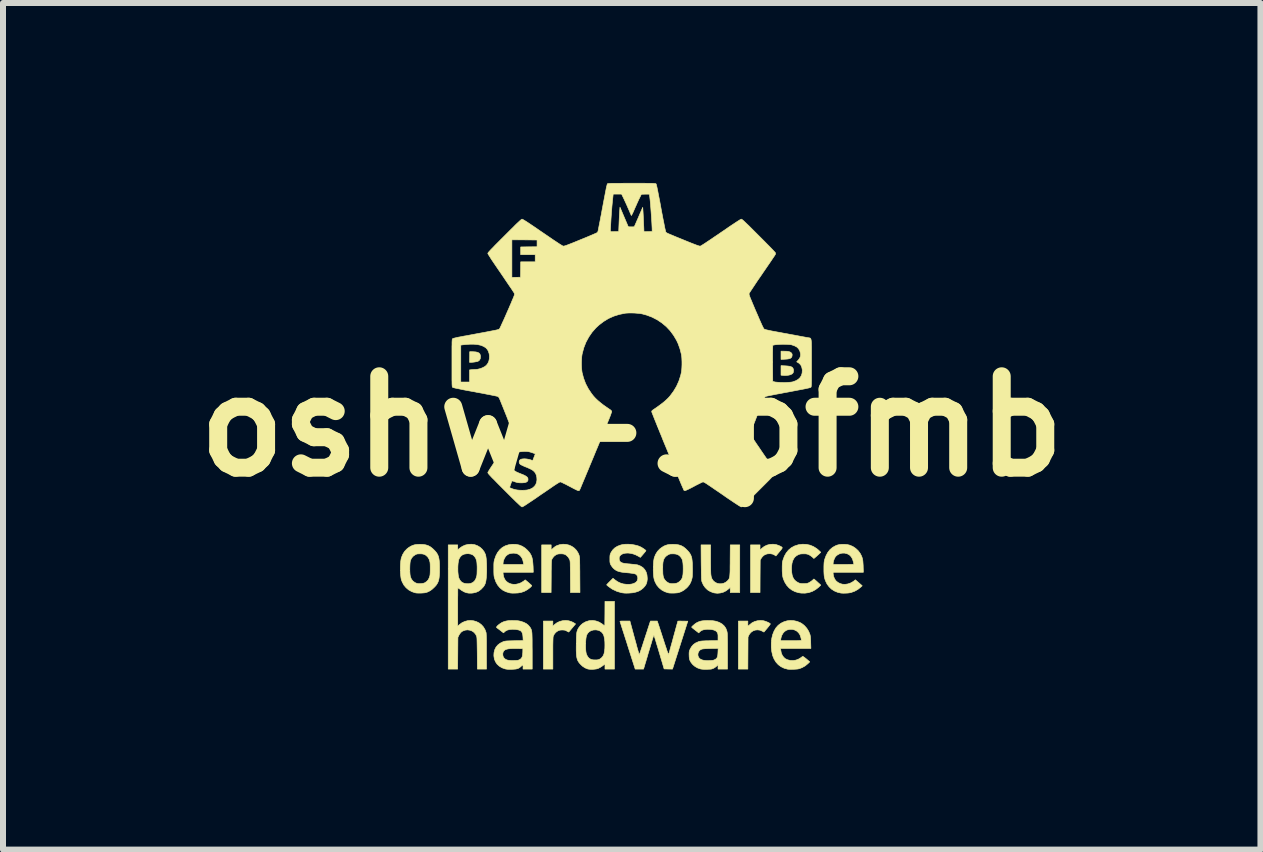
<source format=kicad_pcb>
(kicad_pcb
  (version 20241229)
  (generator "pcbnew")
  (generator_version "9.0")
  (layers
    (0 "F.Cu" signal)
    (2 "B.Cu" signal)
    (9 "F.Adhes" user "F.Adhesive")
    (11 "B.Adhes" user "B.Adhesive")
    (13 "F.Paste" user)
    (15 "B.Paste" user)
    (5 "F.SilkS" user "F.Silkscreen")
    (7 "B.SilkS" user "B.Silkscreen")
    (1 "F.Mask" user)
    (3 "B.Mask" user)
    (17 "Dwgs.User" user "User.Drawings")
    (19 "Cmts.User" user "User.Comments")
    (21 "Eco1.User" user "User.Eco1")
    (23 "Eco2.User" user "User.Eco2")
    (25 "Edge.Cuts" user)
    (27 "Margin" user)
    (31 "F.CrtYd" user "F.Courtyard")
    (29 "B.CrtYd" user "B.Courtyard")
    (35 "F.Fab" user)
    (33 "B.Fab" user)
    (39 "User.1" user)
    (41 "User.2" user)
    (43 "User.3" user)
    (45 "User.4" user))
  (footprint "oshw-spfmb"
    (layer "F.Cu")
    (at 7.482 4.058)
    (property "Reference" "oshw-spfmb" (at 0 0 0) (layer "F.SilkS") (effects (font (size 1.524 1.524) (thickness 0.3))))
    (attr through_hole)
    (fp_poly (pts (xy 2.581 -1.252) (xy 2.613 -1.248) (xy 2.637 -1.241) (xy 2.654 -1.231) (xy 2.662 -1.223) (xy 2.672 -1.209) (xy 2.675 -1.195) (xy 2.674 -1.181) (xy 2.67 -1.161) (xy 2.661 -1.146) (xy 2.646 -1.135) (xy 2.624 -1.127) (xy 2.594 -1.122) (xy 2.553 -1.119) (xy 2.553 -1.119) (xy 2.489 -1.116) (xy 2.489 -1.253) (xy 2.54 -1.253) (xy 2.581 -1.252)) (stroke (width 0.01) (type solid)) (fill yes) (layer "F.SilkS"))
    (fp_poly (pts (xy -2.644 -1.244) (xy -2.601 -1.241) (xy -2.569 -1.234) (xy -2.546 -1.222) (xy -2.53 -1.204) (xy -2.523 -1.18) (xy -2.521 -1.162) (xy -2.525 -1.129) (xy -2.537 -1.105) (xy -2.556 -1.089) (xy -2.559 -1.087) (xy -2.576 -1.081) (xy -2.601 -1.076) (xy -2.63 -1.071) (xy -2.66 -1.068) (xy -2.683 -1.067) (xy -2.704 -1.067) (xy -2.702 -1.156) (xy -2.701 -1.245) (xy -2.644 -1.244)) (stroke (width 0.01) (type solid)) (fill yes) (layer "F.SilkS"))
    (fp_poly (pts (xy 2.556 -1.009) (xy 2.597 -1.006) (xy 2.629 -1.002) (xy 2.653 -0.996) (xy 2.671 -0.987) (xy 2.684 -0.976) (xy 2.684 -0.975) (xy 2.695 -0.955) (xy 2.698 -0.93) (xy 2.695 -0.904) (xy 2.69 -0.892) (xy 2.676 -0.876) (xy 2.652 -0.863) (xy 2.621 -0.854) (xy 2.584 -0.849) (xy 2.543 -0.848) (xy 2.508 -0.851) (xy 2.489 -0.853) (xy 2.489 -1.012) (xy 2.556 -1.009)) (stroke (width 0.01) (type solid)) (fill yes) (layer "F.SilkS"))
    (fp_poly (pts (xy 2.406 1.971) (xy 2.454 1.987) (xy 2.457 1.989) (xy 2.481 2) (xy 2.497 2.009) (xy 2.507 2.017) (xy 2.509 2.025) (xy 2.505 2.037) (xy 2.493 2.053) (xy 2.475 2.075) (xy 2.461 2.092) (xy 2.404 2.161) (xy 2.384 2.147) (xy 2.349 2.13) (xy 2.309 2.123) (xy 2.267 2.125) (xy 2.243 2.131) (xy 2.208 2.147) (xy 2.179 2.172) (xy 2.157 2.203) (xy 2.142 2.232) (xy 2.14 2.502) (xy 2.139 2.771) (xy 1.981 2.771) (xy 1.981 1.976) (xy 2.139 1.976) (xy 2.139 2.062) (xy 2.17 2.033) (xy 2.21 2.002) (xy 2.256 1.98) (xy 2.305 1.968) (xy 2.356 1.965) (xy 2.406 1.971)) (stroke (width 0.01) (type solid)) (fill yes) (layer "F.SilkS"))
    (fp_poly (pts (xy -1.048 3.242) (xy -0.999 3.258) (xy -0.966 3.275) (xy -0.936 3.294) (xy -1.05 3.43) (xy -1.083 3.413) (xy -1.102 3.403) (xy -1.118 3.398) (xy -1.137 3.396) (xy -1.158 3.395) (xy -1.183 3.396) (xy -1.202 3.399) (xy -1.22 3.405) (xy -1.234 3.412) (xy -1.266 3.435) (xy -1.291 3.465) (xy -1.308 3.5) (xy -1.309 3.504) (xy -1.311 3.515) (xy -1.312 3.536) (xy -1.313 3.568) (xy -1.314 3.608) (xy -1.315 3.657) (xy -1.315 3.713) (xy -1.315 3.776) (xy -1.315 3.786) (xy -1.315 4.047) (xy -1.473 4.047) (xy -1.473 3.246) (xy -1.315 3.246) (xy -1.315 3.332) (xy -1.287 3.305) (xy -1.246 3.274) (xy -1.199 3.252) (xy -1.15 3.24) (xy -1.099 3.236) (xy -1.048 3.242)) (stroke (width 0.01) (type solid)) (fill yes) (layer "F.SilkS"))
    (fp_poly (pts (xy 2.188 3.239) (xy 2.209 3.244) (xy 2.232 3.251) (xy 2.257 3.261) (xy 2.279 3.271) (xy 2.297 3.281) (xy 2.309 3.29) (xy 2.311 3.295) (xy 2.308 3.301) (xy 2.298 3.315) (xy 2.284 3.334) (xy 2.266 3.356) (xy 2.258 3.366) (xy 2.204 3.43) (xy 2.175 3.414) (xy 2.137 3.398) (xy 2.098 3.393) (xy 2.059 3.397) (xy 2.023 3.41) (xy 1.991 3.432) (xy 1.965 3.461) (xy 1.952 3.484) (xy 1.939 3.514) (xy 1.936 4.047) (xy 1.778 4.047) (xy 1.778 3.246) (xy 1.936 3.246) (xy 1.936 3.288) (xy 1.936 3.308) (xy 1.938 3.323) (xy 1.939 3.33) (xy 1.939 3.33) (xy 1.945 3.327) (xy 1.956 3.317) (xy 1.969 3.305) (xy 2.005 3.276) (xy 2.049 3.254) (xy 2.096 3.241) (xy 2.146 3.236) (xy 2.188 3.239)) (stroke (width 0.01) (type solid)) (fill yes) (layer "F.SilkS"))
    (fp_poly (pts (xy -1.094 1.968) (xy -1.044 1.98) (xy -0.998 2.001) (xy -0.957 2.03) (xy -0.921 2.067) (xy -0.893 2.112) (xy -0.878 2.147) (xy -0.876 2.155) (xy -0.874 2.163) (xy -0.872 2.173) (xy -0.87 2.185) (xy -0.869 2.2) (xy -0.868 2.219) (xy -0.867 2.244) (xy -0.867 2.275) (xy -0.866 2.313) (xy -0.866 2.36) (xy -0.865 2.416) (xy -0.865 2.477) (xy -0.863 2.771) (xy -1.021 2.771) (xy -1.023 2.508) (xy -1.023 2.446) (xy -1.024 2.395) (xy -1.024 2.353) (xy -1.025 2.319) (xy -1.025 2.292) (xy -1.026 2.271) (xy -1.027 2.256) (xy -1.029 2.244) (xy -1.03 2.234) (xy -1.033 2.227) (xy -1.035 2.221) (xy -1.037 2.215) (xy -1.06 2.179) (xy -1.09 2.15) (xy -1.109 2.137) (xy -1.133 2.129) (xy -1.163 2.125) (xy -1.195 2.125) (xy -1.226 2.128) (xy -1.252 2.135) (xy -1.257 2.138) (xy -1.29 2.161) (xy -1.317 2.192) (xy -1.329 2.213) (xy -1.332 2.219) (xy -1.334 2.226) (xy -1.336 2.234) (xy -1.337 2.244) (xy -1.338 2.259) (xy -1.339 2.277) (xy -1.34 2.302) (xy -1.341 2.333) (xy -1.341 2.372) (xy -1.342 2.419) (xy -1.342 2.477) (xy -1.342 2.505) (xy -1.344 2.771) (xy -1.501 2.771) (xy -1.501 1.976) (xy -1.343 1.976) (xy -1.343 2.062) (xy -1.312 2.033) (xy -1.292 2.016) (xy -1.27 2) (xy -1.251 1.99) (xy -1.199 1.972) (xy -1.146 1.965) (xy -1.094 1.968)) (stroke (width 0.01) (type solid)) (fill yes) (layer "F.SilkS"))
    (fp_poly (pts (xy 1.315 2.217) (xy 1.315 2.282) (xy 1.316 2.336) (xy 1.316 2.381) (xy 1.317 2.418) (xy 1.318 2.449) (xy 1.32 2.473) (xy 1.323 2.493) (xy 1.326 2.509) (xy 1.33 2.523) (xy 1.335 2.535) (xy 1.339 2.544) (xy 1.361 2.576) (xy 1.389 2.599) (xy 1.422 2.616) (xy 1.459 2.624) (xy 1.496 2.624) (xy 1.533 2.616) (xy 1.568 2.599) (xy 1.592 2.58) (xy 1.602 2.569) (xy 1.611 2.56) (xy 1.618 2.55) (xy 1.624 2.539) (xy 1.629 2.525) (xy 1.633 2.508) (xy 1.635 2.487) (xy 1.637 2.461) (xy 1.639 2.428) (xy 1.64 2.387) (xy 1.64 2.338) (xy 1.641 2.279) (xy 1.641 2.237) (xy 1.643 1.976) (xy 1.801 1.976) (xy 1.801 2.771) (xy 1.643 2.771) (xy 1.643 2.729) (xy 1.642 2.709) (xy 1.642 2.694) (xy 1.641 2.687) (xy 1.641 2.687) (xy 1.636 2.69) (xy 1.626 2.7) (xy 1.612 2.712) (xy 1.573 2.742) (xy 1.527 2.765) (xy 1.478 2.778) (xy 1.427 2.783) (xy 1.376 2.777) (xy 1.362 2.774) (xy 1.31 2.754) (xy 1.264 2.726) (xy 1.225 2.688) (xy 1.194 2.644) (xy 1.171 2.592) (xy 1.171 2.591) (xy 1.168 2.583) (xy 1.167 2.574) (xy 1.165 2.562) (xy 1.164 2.547) (xy 1.162 2.527) (xy 1.162 2.503) (xy 1.161 2.472) (xy 1.16 2.433) (xy 1.16 2.386) (xy 1.159 2.33) (xy 1.158 2.268) (xy 1.156 1.976) (xy 1.315 1.976) (xy 1.315 2.217)) (stroke (width 0.01) (type solid)) (fill yes) (layer "F.SilkS"))
    (fp_poly (pts (xy 2.913 1.968) (xy 2.974 1.981) (xy 3.031 2.005) (xy 3.084 2.038) (xy 3.115 2.064) (xy 3.152 2.1) (xy 3.113 2.137) (xy 3.093 2.155) (xy 3.074 2.172) (xy 3.059 2.185) (xy 3.055 2.188) (xy 3.037 2.203) (xy 3.011 2.179) (xy 2.99 2.163) (xy 2.966 2.147) (xy 2.953 2.14) (xy 2.936 2.133) (xy 2.921 2.129) (xy 2.904 2.126) (xy 2.881 2.125) (xy 2.865 2.125) (xy 2.835 2.126) (xy 2.814 2.128) (xy 2.797 2.132) (xy 2.781 2.138) (xy 2.748 2.156) (xy 2.722 2.178) (xy 2.701 2.205) (xy 2.7 2.208) (xy 2.683 2.243) (xy 2.672 2.283) (xy 2.666 2.33) (xy 2.664 2.373) (xy 2.667 2.432) (xy 2.675 2.482) (xy 2.69 2.523) (xy 2.71 2.556) (xy 2.738 2.583) (xy 2.77 2.603) (xy 2.789 2.612) (xy 2.804 2.617) (xy 2.819 2.62) (xy 2.839 2.622) (xy 2.864 2.622) (xy 2.892 2.621) (xy 2.912 2.62) (xy 2.928 2.617) (xy 2.944 2.611) (xy 2.953 2.607) (xy 2.976 2.594) (xy 3 2.577) (xy 3.011 2.568) (xy 3.037 2.544) (xy 3.061 2.564) (xy 3.077 2.578) (xy 3.097 2.596) (xy 3.117 2.615) (xy 3.119 2.616) (xy 3.152 2.647) (xy 3.115 2.683) (xy 3.065 2.722) (xy 3.01 2.752) (xy 2.951 2.772) (xy 2.889 2.781) (xy 2.825 2.78) (xy 2.78 2.773) (xy 2.723 2.756) (xy 2.67 2.729) (xy 2.623 2.693) (xy 2.584 2.65) (xy 2.553 2.6) (xy 2.551 2.596) (xy 2.537 2.564) (xy 2.526 2.537) (xy 2.519 2.51) (xy 2.514 2.482) (xy 2.511 2.45) (xy 2.509 2.412) (xy 2.509 2.373) (xy 2.509 2.335) (xy 2.51 2.306) (xy 2.511 2.283) (xy 2.513 2.264) (xy 2.517 2.247) (xy 2.521 2.23) (xy 2.522 2.228) (xy 2.545 2.165) (xy 2.576 2.11) (xy 2.614 2.063) (xy 2.659 2.025) (xy 2.711 1.996) (xy 2.769 1.977) (xy 2.784 1.973) (xy 2.849 1.965) (xy 2.913 1.968)) (stroke (width 0.01) (type solid)) (fill yes) (layer "F.SilkS"))
    (fp_poly (pts (xy 2.699 3.239) (xy 2.755 3.251) (xy 2.806 3.271) (xy 2.835 3.287) (xy 2.88 3.323) (xy 2.919 3.367) (xy 2.95 3.417) (xy 2.972 3.471) (xy 2.976 3.489) (xy 2.98 3.514) (xy 2.982 3.546) (xy 2.984 3.587) (xy 2.984 3.603) (xy 2.987 3.703) (xy 2.482 3.703) (xy 2.486 3.737) (xy 2.494 3.78) (xy 2.511 3.819) (xy 2.535 3.851) (xy 2.562 3.875) (xy 2.602 3.893) (xy 2.646 3.903) (xy 2.692 3.904) (xy 2.738 3.897) (xy 2.782 3.88) (xy 2.817 3.859) (xy 2.832 3.848) (xy 2.844 3.839) (xy 2.848 3.836) (xy 2.855 3.836) (xy 2.868 3.844) (xy 2.888 3.859) (xy 2.912 3.878) (xy 2.968 3.926) (xy 2.936 3.957) (xy 2.891 3.994) (xy 2.841 4.022) (xy 2.805 4.036) (xy 2.786 4.042) (xy 2.765 4.046) (xy 2.741 4.048) (xy 2.709 4.05) (xy 2.692 4.05) (xy 2.663 4.051) (xy 2.637 4.051) (xy 2.616 4.05) (xy 2.603 4.049) (xy 2.602 4.049) (xy 2.542 4.033) (xy 2.489 4.007) (xy 2.443 3.973) (xy 2.405 3.931) (xy 2.374 3.881) (xy 2.35 3.823) (xy 2.335 3.756) (xy 2.327 3.685) (xy 2.327 3.606) (xy 2.331 3.573) (xy 2.482 3.573) (xy 2.655 3.573) (xy 2.704 3.573) (xy 2.744 3.573) (xy 2.774 3.572) (xy 2.796 3.571) (xy 2.812 3.57) (xy 2.821 3.569) (xy 2.826 3.567) (xy 2.828 3.565) (xy 2.828 3.565) (xy 2.826 3.547) (xy 2.821 3.524) (xy 2.814 3.5) (xy 2.806 3.479) (xy 2.804 3.474) (xy 2.781 3.44) (xy 2.751 3.413) (xy 2.716 3.395) (xy 2.677 3.385) (xy 2.636 3.385) (xy 2.594 3.394) (xy 2.577 3.401) (xy 2.546 3.422) (xy 2.521 3.451) (xy 2.501 3.487) (xy 2.488 3.529) (xy 2.486 3.544) (xy 2.482 3.573) (xy 2.331 3.573) (xy 2.335 3.534) (xy 2.351 3.469) (xy 2.374 3.411) (xy 2.404 3.36) (xy 2.442 3.317) (xy 2.487 3.283) (xy 2.538 3.258) (xy 2.591 3.242) (xy 2.644 3.236) (xy 2.699 3.239)) (stroke (width 0.01) (type solid)) (fill yes) (layer "F.SilkS"))
    (fp_poly (pts (xy -1.933 1.967) (xy -1.877 1.978) (xy -1.825 1.999) (xy -1.777 2.03) (xy -1.744 2.06) (xy -1.715 2.091) (xy -1.693 2.121) (xy -1.675 2.154) (xy -1.662 2.19) (xy -1.653 2.232) (xy -1.648 2.282) (xy -1.644 2.338) (xy -1.641 2.433) (xy -2.146 2.433) (xy -2.143 2.468) (xy -2.134 2.513) (xy -2.116 2.552) (xy -2.09 2.585) (xy -2.055 2.61) (xy -2.014 2.627) (xy -1.974 2.634) (xy -1.931 2.633) (xy -1.886 2.623) (xy -1.842 2.606) (xy -1.803 2.581) (xy -1.795 2.575) (xy -1.776 2.559) (xy -1.723 2.603) (xy -1.703 2.621) (xy -1.685 2.637) (xy -1.673 2.648) (xy -1.667 2.654) (xy -1.667 2.654) (xy -1.669 2.662) (xy -1.679 2.673) (xy -1.695 2.689) (xy -1.716 2.705) (xy -1.74 2.723) (xy -1.747 2.727) (xy -1.791 2.751) (xy -1.841 2.768) (xy -1.896 2.778) (xy -1.939 2.78) (xy -1.987 2.781) (xy -2.025 2.778) (xy -2.043 2.774) (xy -2.101 2.756) (xy -2.153 2.729) (xy -2.197 2.692) (xy -2.234 2.648) (xy -2.264 2.595) (xy -2.286 2.533) (xy -2.287 2.531) (xy -2.292 2.513) (xy -2.295 2.496) (xy -2.297 2.478) (xy -2.298 2.455) (xy -2.299 2.426) (xy -2.299 2.389) (xy -2.299 2.376) (xy -2.299 2.336) (xy -2.299 2.306) (xy -2.298 2.284) (xy -2.145 2.284) (xy -2.145 2.303) (xy -1.801 2.303) (xy -1.804 2.285) (xy -1.813 2.242) (xy -1.824 2.207) (xy -1.84 2.18) (xy -1.859 2.157) (xy -1.865 2.151) (xy -1.89 2.133) (xy -1.915 2.122) (xy -1.945 2.116) (xy -1.973 2.114) (xy -2.016 2.118) (xy -2.052 2.129) (xy -2.082 2.149) (xy -2.1 2.166) (xy -2.117 2.192) (xy -2.132 2.223) (xy -2.142 2.256) (xy -2.145 2.284) (xy -2.298 2.284) (xy -2.298 2.281) (xy -2.296 2.262) (xy -2.293 2.245) (xy -2.289 2.228) (xy -2.287 2.221) (xy -2.265 2.158) (xy -2.236 2.103) (xy -2.2 2.057) (xy -2.158 2.02) (xy -2.11 1.993) (xy -2.055 1.975) (xy -1.995 1.966) (xy -1.995 1.966) (xy -1.933 1.967)) (stroke (width 0.01) (type solid)) (fill yes) (layer "F.SilkS"))
    (fp_poly (pts (xy -0.288 4.047) (xy -0.446 4.047) (xy -0.446 3.961) (xy -0.464 3.976) (xy -0.493 3.998) (xy -0.524 4.018) (xy -0.553 4.033) (xy -0.564 4.038) (xy -0.586 4.044) (xy -0.615 4.048) (xy -0.648 4.051) (xy -0.681 4.051) (xy -0.711 4.049) (xy -0.734 4.045) (xy -0.78 4.026) (xy -0.823 3.997) (xy -0.855 3.966) (xy -0.873 3.946) (xy -0.887 3.927) (xy -0.899 3.906) (xy -0.908 3.882) (xy -0.915 3.856) (xy -0.92 3.824) (xy -0.923 3.786) (xy -0.925 3.741) (xy -0.925 3.687) (xy -0.925 3.669) (xy -0.769 3.669) (xy -0.768 3.711) (xy -0.765 3.748) (xy -0.76 3.779) (xy -0.757 3.792) (xy -0.745 3.82) (xy -0.729 3.846) (xy -0.711 3.866) (xy -0.703 3.872) (xy -0.684 3.882) (xy -0.666 3.889) (xy -0.644 3.893) (xy -0.616 3.894) (xy -0.606 3.894) (xy -0.581 3.894) (xy -0.562 3.891) (xy -0.545 3.886) (xy -0.532 3.88) (xy -0.504 3.86) (xy -0.48 3.832) (xy -0.464 3.798) (xy -0.462 3.791) (xy -0.453 3.748) (xy -0.448 3.699) (xy -0.447 3.646) (xy -0.448 3.594) (xy -0.453 3.544) (xy -0.462 3.501) (xy -0.466 3.486) (xy -0.482 3.454) (xy -0.506 3.427) (xy -0.536 3.408) (xy -0.553 3.401) (xy -0.596 3.393) (xy -0.637 3.395) (xy -0.675 3.405) (xy -0.707 3.423) (xy -0.733 3.449) (xy -0.752 3.482) (xy -0.753 3.486) (xy -0.759 3.511) (xy -0.764 3.544) (xy -0.767 3.583) (xy -0.769 3.625) (xy -0.769 3.669) (xy -0.925 3.669) (xy -0.924 3.623) (xy -0.924 3.614) (xy -0.923 3.561) (xy -0.922 3.518) (xy -0.92 3.483) (xy -0.918 3.455) (xy -0.915 3.432) (xy -0.91 3.413) (xy -0.904 3.397) (xy -0.897 3.381) (xy -0.888 3.364) (xy -0.885 3.36) (xy -0.854 3.319) (xy -0.815 3.285) (xy -0.769 3.259) (xy -0.717 3.242) (xy -0.701 3.239) (xy -0.65 3.236) (xy -0.598 3.244) (xy -0.547 3.262) (xy -0.498 3.291) (xy -0.479 3.305) (xy -0.449 3.33) (xy -0.447 3.124) (xy -0.446 2.918) (xy -0.288 2.918) (xy -0.288 4.047)) (stroke (width 0.01) (type solid)) (fill yes) (layer "F.SilkS"))
    (fp_poly (pts (xy 3.594 1.971) (xy 3.632 1.98) (xy 3.632 1.98) (xy 3.685 2.002) (xy 3.733 2.034) (xy 3.775 2.073) (xy 3.81 2.12) (xy 3.814 2.128) (xy 3.828 2.155) (xy 3.839 2.181) (xy 3.847 2.209) (xy 3.853 2.241) (xy 3.856 2.279) (xy 3.859 2.326) (xy 3.859 2.335) (xy 3.862 2.433) (xy 3.358 2.433) (xy 3.358 2.454) (xy 3.36 2.471) (xy 3.364 2.493) (xy 3.367 2.506) (xy 3.384 2.546) (xy 3.408 2.578) (xy 3.439 2.603) (xy 3.475 2.621) (xy 3.514 2.632) (xy 3.557 2.634) (xy 3.6 2.628) (xy 3.644 2.614) (xy 3.686 2.591) (xy 3.706 2.577) (xy 3.728 2.558) (xy 3.786 2.608) (xy 3.843 2.658) (xy 3.82 2.679) (xy 3.77 2.719) (xy 3.718 2.748) (xy 3.661 2.769) (xy 3.639 2.774) (xy 3.606 2.779) (xy 3.568 2.781) (xy 3.528 2.782) (xy 3.493 2.78) (xy 3.485 2.779) (xy 3.43 2.766) (xy 3.378 2.744) (xy 3.33 2.713) (xy 3.29 2.674) (xy 3.257 2.63) (xy 3.249 2.614) (xy 3.234 2.583) (xy 3.223 2.555) (xy 3.215 2.526) (xy 3.209 2.496) (xy 3.206 2.461) (xy 3.204 2.418) (xy 3.204 2.376) (xy 3.204 2.336) (xy 3.205 2.305) (xy 3.206 2.284) (xy 3.358 2.284) (xy 3.358 2.303) (xy 3.531 2.303) (xy 3.573 2.303) (xy 3.612 2.302) (xy 3.646 2.302) (xy 3.673 2.301) (xy 3.692 2.3) (xy 3.702 2.299) (xy 3.703 2.299) (xy 3.702 2.291) (xy 3.699 2.276) (xy 3.695 2.257) (xy 3.694 2.256) (xy 3.68 2.21) (xy 3.658 2.173) (xy 3.63 2.144) (xy 3.594 2.125) (xy 3.551 2.114) (xy 3.545 2.113) (xy 3.505 2.114) (xy 3.467 2.124) (xy 3.432 2.142) (xy 3.403 2.166) (xy 3.39 2.184) (xy 3.378 2.208) (xy 3.367 2.237) (xy 3.36 2.265) (xy 3.358 2.284) (xy 3.206 2.284) (xy 3.206 2.281) (xy 3.208 2.262) (xy 3.211 2.245) (xy 3.215 2.228) (xy 3.216 2.221) (xy 3.239 2.158) (xy 3.268 2.103) (xy 3.304 2.057) (xy 3.348 2.019) (xy 3.398 1.991) (xy 3.425 1.98) (xy 3.462 1.971) (xy 3.504 1.967) (xy 3.55 1.967) (xy 3.594 1.971)) (stroke (width 0.01) (type solid)) (fill yes) (layer "F.SilkS"))
    (fp_poly (pts (xy -3.479 1.969) (xy -3.433 1.976) (xy -3.393 1.989) (xy -3.356 2.009) (xy -3.32 2.037) (xy -3.296 2.06) (xy -3.271 2.086) (xy -3.251 2.112) (xy -3.235 2.139) (xy -3.223 2.168) (xy -3.215 2.201) (xy -3.209 2.239) (xy -3.205 2.284) (xy -3.204 2.339) (xy -3.204 2.373) (xy -3.204 2.433) (xy -3.207 2.484) (xy -3.211 2.526) (xy -3.218 2.562) (xy -3.228 2.593) (xy -3.242 2.621) (xy -3.259 2.647) (xy -3.281 2.672) (xy -3.296 2.687) (xy -3.333 2.721) (xy -3.371 2.746) (xy -3.411 2.765) (xy -3.426 2.769) (xy -3.449 2.775) (xy -3.481 2.778) (xy -3.516 2.78) (xy -3.551 2.78) (xy -3.584 2.779) (xy -3.609 2.775) (xy -3.61 2.775) (xy -3.666 2.756) (xy -3.717 2.728) (xy -3.761 2.691) (xy -3.798 2.647) (xy -3.826 2.595) (xy -3.841 2.557) (xy -3.847 2.526) (xy -3.852 2.486) (xy -3.856 2.44) (xy -3.857 2.391) (xy -3.857 2.367) (xy -3.7 2.367) (xy -3.7 2.407) (xy -3.698 2.444) (xy -3.695 2.477) (xy -3.691 2.501) (xy -3.69 2.507) (xy -3.673 2.547) (xy -3.648 2.579) (xy -3.615 2.604) (xy -3.585 2.617) (xy -3.562 2.622) (xy -3.533 2.623) (xy -3.502 2.621) (xy -3.473 2.616) (xy -3.454 2.61) (xy -3.42 2.588) (xy -3.393 2.559) (xy -3.374 2.521) (xy -3.365 2.49) (xy -3.362 2.471) (xy -3.36 2.442) (xy -3.359 2.408) (xy -3.359 2.372) (xy -3.359 2.336) (xy -3.36 2.302) (xy -3.362 2.274) (xy -3.365 2.257) (xy -3.379 2.213) (xy -3.401 2.178) (xy -3.431 2.15) (xy -3.454 2.137) (xy -3.471 2.131) (xy -3.491 2.127) (xy -3.516 2.125) (xy -3.531 2.125) (xy -3.556 2.126) (xy -3.574 2.127) (xy -3.588 2.131) (xy -3.603 2.137) (xy -3.612 2.143) (xy -3.647 2.168) (xy -3.673 2.201) (xy -3.69 2.24) (xy -3.694 2.262) (xy -3.697 2.292) (xy -3.699 2.328) (xy -3.7 2.367) (xy -3.857 2.367) (xy -3.857 2.341) (xy -3.855 2.293) (xy -3.851 2.248) (xy -3.845 2.211) (xy -3.84 2.19) (xy -3.818 2.135) (xy -3.787 2.085) (xy -3.747 2.043) (xy -3.716 2.019) (xy -3.682 1.998) (xy -3.65 1.984) (xy -3.617 1.974) (xy -3.579 1.969) (xy -3.534 1.967) (xy -3.533 1.967) (xy -3.479 1.969)) (stroke (width 0.01) (type solid)) (fill yes) (layer "F.SilkS"))
    (fp_poly (pts (xy 0.737 1.969) (xy 0.783 1.976) (xy 0.824 1.989) (xy 0.861 2.009) (xy 0.897 2.037) (xy 0.92 2.06) (xy 0.945 2.086) (xy 0.965 2.112) (xy 0.981 2.138) (xy 0.993 2.167) (xy 1.002 2.199) (xy 1.007 2.237) (xy 1.011 2.282) (xy 1.012 2.335) (xy 1.013 2.376) (xy 1.013 2.42) (xy 1.012 2.454) (xy 1.011 2.48) (xy 1.01 2.501) (xy 1.008 2.519) (xy 1.005 2.534) (xy 1.001 2.549) (xy 1 2.554) (xy 0.984 2.599) (xy 0.963 2.638) (xy 0.934 2.675) (xy 0.913 2.696) (xy 0.871 2.73) (xy 0.828 2.755) (xy 0.791 2.769) (xy 0.767 2.775) (xy 0.736 2.778) (xy 0.701 2.78) (xy 0.665 2.78) (xy 0.633 2.779) (xy 0.607 2.775) (xy 0.607 2.775) (xy 0.55 2.756) (xy 0.499 2.728) (xy 0.455 2.691) (xy 0.418 2.647) (xy 0.39 2.595) (xy 0.376 2.557) (xy 0.369 2.526) (xy 0.364 2.487) (xy 0.361 2.442) (xy 0.359 2.393) (xy 0.36 2.373) (xy 0.517 2.373) (xy 0.518 2.421) (xy 0.519 2.458) (xy 0.523 2.489) (xy 0.528 2.513) (xy 0.536 2.534) (xy 0.547 2.552) (xy 0.555 2.563) (xy 0.578 2.588) (xy 0.607 2.607) (xy 0.631 2.617) (xy 0.654 2.622) (xy 0.683 2.623) (xy 0.714 2.621) (xy 0.743 2.616) (xy 0.762 2.61) (xy 0.794 2.59) (xy 0.821 2.563) (xy 0.835 2.541) (xy 0.844 2.52) (xy 0.85 2.495) (xy 0.855 2.465) (xy 0.857 2.427) (xy 0.858 2.38) (xy 0.858 2.373) (xy 0.857 2.322) (xy 0.854 2.281) (xy 0.849 2.247) (xy 0.841 2.219) (xy 0.829 2.196) (xy 0.814 2.176) (xy 0.806 2.167) (xy 0.782 2.147) (xy 0.755 2.134) (xy 0.723 2.127) (xy 0.686 2.125) (xy 0.66 2.126) (xy 0.642 2.127) (xy 0.628 2.131) (xy 0.614 2.137) (xy 0.604 2.143) (xy 0.583 2.157) (xy 0.564 2.173) (xy 0.555 2.184) (xy 0.542 2.202) (xy 0.533 2.221) (xy 0.526 2.243) (xy 0.521 2.27) (xy 0.518 2.303) (xy 0.517 2.344) (xy 0.517 2.373) (xy 0.36 2.373) (xy 0.36 2.343) (xy 0.362 2.295) (xy 0.365 2.251) (xy 0.371 2.213) (xy 0.376 2.19) (xy 0.398 2.135) (xy 0.429 2.085) (xy 0.469 2.043) (xy 0.501 2.019) (xy 0.534 1.998) (xy 0.566 1.984) (xy 0.599 1.974) (xy 0.637 1.969) (xy 0.683 1.967) (xy 0.683 1.967) (xy 0.737 1.969)) (stroke (width 0.01) (type solid)) (fill yes) (layer "F.SilkS"))
    (fp_poly (pts (xy 0.045 3.524) (xy 0.06 3.578) (xy 0.074 3.628) (xy 0.086 3.675) (xy 0.098 3.716) (xy 0.108 3.751) (xy 0.116 3.778) (xy 0.121 3.796) (xy 0.124 3.806) (xy 0.124 3.806) (xy 0.127 3.802) (xy 0.133 3.789) (xy 0.141 3.767) (xy 0.151 3.739) (xy 0.162 3.705) (xy 0.175 3.667) (xy 0.177 3.662) (xy 0.192 3.613) (xy 0.21 3.559) (xy 0.228 3.503) (xy 0.246 3.449) (xy 0.262 3.4) (xy 0.268 3.38) (xy 0.312 3.246) (xy 0.426 3.246) (xy 0.453 3.326) (xy 0.461 3.35) (xy 0.472 3.384) (xy 0.485 3.424) (xy 0.5 3.47) (xy 0.515 3.518) (xy 0.532 3.568) (xy 0.545 3.61) (xy 0.563 3.664) (xy 0.578 3.708) (xy 0.589 3.743) (xy 0.599 3.769) (xy 0.606 3.787) (xy 0.611 3.798) (xy 0.614 3.802) (xy 0.616 3.802) (xy 0.618 3.794) (xy 0.623 3.777) (xy 0.631 3.751) (xy 0.64 3.717) (xy 0.651 3.677) (xy 0.664 3.631) (xy 0.678 3.581) (xy 0.692 3.528) (xy 0.694 3.52) (xy 0.709 3.466) (xy 0.723 3.416) (xy 0.735 3.371) (xy 0.746 3.331) (xy 0.755 3.298) (xy 0.763 3.272) (xy 0.767 3.255) (xy 0.77 3.247) (xy 0.77 3.247) (xy 0.776 3.247) (xy 0.791 3.246) (xy 0.814 3.246) (xy 0.841 3.247) (xy 0.853 3.247) (xy 0.935 3.248) (xy 0.68 4.047) (xy 0.61 4.046) (xy 0.54 4.044) (xy 0.469 3.804) (xy 0.449 3.737) (xy 0.432 3.68) (xy 0.417 3.632) (xy 0.405 3.592) (xy 0.396 3.56) (xy 0.388 3.535) (xy 0.382 3.516) (xy 0.377 3.503) (xy 0.374 3.493) (xy 0.372 3.488) (xy 0.37 3.485) (xy 0.369 3.485) (xy 0.368 3.485) (xy 0.367 3.486) (xy 0.365 3.492) (xy 0.359 3.508) (xy 0.351 3.533) (xy 0.341 3.565) (xy 0.33 3.604) (xy 0.316 3.648) (xy 0.302 3.696) (xy 0.288 3.742) (xy 0.272 3.794) (xy 0.258 3.844) (xy 0.244 3.89) (xy 0.232 3.931) (xy 0.221 3.966) (xy 0.213 3.993) (xy 0.208 4.012) (xy 0.205 4.02) (xy 0.197 4.047) (xy 0.058 4.047) (xy -0.067 3.656) (xy -0.087 3.591) (xy -0.107 3.53) (xy -0.125 3.473) (xy -0.142 3.421) (xy -0.157 3.374) (xy -0.17 3.334) (xy -0.18 3.301) (xy -0.188 3.276) (xy -0.193 3.26) (xy -0.195 3.255) (xy -0.196 3.251) (xy -0.193 3.249) (xy -0.184 3.247) (xy -0.17 3.246) (xy -0.147 3.246) (xy -0.115 3.246) (xy -0.03 3.246) (xy 0.045 3.524)) (stroke (width 0.01) (type solid)) (fill yes) (layer "F.SilkS"))
    (fp_poly (pts (xy -1.939 3.239) (xy -1.909 3.24) (xy -1.883 3.243) (xy -1.861 3.248) (xy -1.851 3.25) (xy -1.8 3.267) (xy -1.758 3.288) (xy -1.725 3.314) (xy -1.698 3.346) (xy -1.694 3.352) (xy -1.687 3.363) (xy -1.681 3.374) (xy -1.676 3.386) (xy -1.671 3.399) (xy -1.668 3.414) (xy -1.665 3.433) (xy -1.663 3.456) (xy -1.662 3.485) (xy -1.661 3.519) (xy -1.66 3.562) (xy -1.66 3.612) (xy -1.66 3.672) (xy -1.659 3.742) (xy -1.659 4.047) (xy -1.812 4.047) (xy -1.812 4.014) (xy -1.812 3.996) (xy -1.814 3.983) (xy -1.815 3.978) (xy -1.82 3.98) (xy -1.831 3.989) (xy -1.845 4.002) (xy -1.845 4.002) (xy -1.864 4.018) (xy -1.883 4.031) (xy -1.905 4.04) (xy -1.931 4.046) (xy -1.965 4.049) (xy -2.004 4.051) (xy -2.042 4.051) (xy -2.072 4.05) (xy -2.095 4.047) (xy -2.111 4.044) (xy -2.164 4.025) (xy -2.208 3.998) (xy -2.245 3.964) (xy -2.272 3.924) (xy -2.29 3.879) (xy -2.298 3.829) (xy -2.298 3.811) (xy -2.15 3.811) (xy -2.144 3.836) (xy -2.138 3.85) (xy -2.122 3.87) (xy -2.103 3.884) (xy -2.079 3.895) (xy -2.05 3.901) (xy -2.013 3.904) (xy -1.967 3.904) (xy -1.935 3.903) (xy -1.913 3.902) (xy -1.897 3.9) (xy -1.884 3.896) (xy -1.873 3.891) (xy -1.868 3.889) (xy -1.848 3.875) (xy -1.834 3.858) (xy -1.824 3.835) (xy -1.819 3.804) (xy -1.816 3.765) (xy -1.815 3.706) (xy -1.924 3.704) (xy -1.979 3.704) (xy -2.024 3.706) (xy -2.061 3.71) (xy -2.089 3.717) (xy -2.111 3.726) (xy -2.128 3.739) (xy -2.14 3.755) (xy -2.142 3.759) (xy -2.149 3.783) (xy -2.15 3.811) (xy -2.298 3.811) (xy -2.296 3.775) (xy -2.296 3.774) (xy -2.284 3.725) (xy -2.263 3.682) (xy -2.232 3.645) (xy -2.193 3.615) (xy -2.145 3.591) (xy -2.138 3.589) (xy -2.126 3.585) (xy -2.114 3.582) (xy -2.1 3.58) (xy -2.083 3.578) (xy -2.06 3.577) (xy -2.031 3.576) (xy -1.993 3.575) (xy -1.956 3.574) (xy -1.81 3.572) (xy -1.813 3.513) (xy -1.817 3.473) (xy -1.826 3.443) (xy -1.839 3.42) (xy -1.86 3.404) (xy -1.889 3.394) (xy -1.927 3.387) (xy -1.931 3.386) (xy -1.986 3.383) (xy -2.034 3.387) (xy -2.074 3.397) (xy -2.106 3.414) (xy -2.117 3.423) (xy -2.137 3.443) (xy -2.193 3.4) (xy -2.215 3.383) (xy -2.234 3.369) (xy -2.248 3.358) (xy -2.255 3.352) (xy -2.255 3.352) (xy -2.254 3.346) (xy -2.246 3.334) (xy -2.233 3.32) (xy -2.215 3.305) (xy -2.195 3.29) (xy -2.175 3.277) (xy -2.161 3.269) (xy -2.133 3.257) (xy -2.107 3.249) (xy -2.08 3.243) (xy -2.05 3.239) (xy -2.013 3.238) (xy -1.978 3.238) (xy -1.939 3.239)) (stroke (width 0.01) (type solid)) (fill yes) (layer "F.SilkS"))
    (fp_poly (pts (xy -0.001 1.969) (xy 0.054 1.979) (xy 0.105 1.992) (xy 0.148 2.01) (xy 0.149 2.01) (xy 0.168 2.021) (xy 0.189 2.034) (xy 0.208 2.047) (xy 0.224 2.059) (xy 0.235 2.068) (xy 0.237 2.072) (xy 0.234 2.078) (xy 0.225 2.09) (xy 0.212 2.106) (xy 0.196 2.125) (xy 0.18 2.144) (xy 0.165 2.161) (xy 0.153 2.175) (xy 0.146 2.183) (xy 0.144 2.184) (xy 0.139 2.182) (xy 0.127 2.175) (xy 0.11 2.165) (xy 0.11 2.165) (xy 0.067 2.143) (xy 0.024 2.127) (xy -0.02 2.117) (xy -0.062 2.112) (xy -0.101 2.114) (xy -0.136 2.12) (xy -0.166 2.133) (xy -0.189 2.15) (xy -0.204 2.173) (xy -0.209 2.188) (xy -0.209 2.218) (xy -0.201 2.243) (xy -0.194 2.254) (xy -0.183 2.264) (xy -0.168 2.272) (xy -0.15 2.279) (xy -0.125 2.284) (xy -0.092 2.289) (xy -0.05 2.293) (xy -0.033 2.294) (xy 0.002 2.298) (xy 0.036 2.301) (xy 0.065 2.305) (xy 0.087 2.308) (xy 0.099 2.31) (xy 0.146 2.329) (xy 0.186 2.354) (xy 0.217 2.388) (xy 0.24 2.428) (xy 0.254 2.475) (xy 0.259 2.529) (xy 0.259 2.552) (xy 0.253 2.595) (xy 0.241 2.631) (xy 0.22 2.664) (xy 0.192 2.695) (xy 0.155 2.725) (xy 0.114 2.748) (xy 0.067 2.764) (xy 0.013 2.775) (xy -0.049 2.78) (xy -0.054 2.78) (xy -0.091 2.781) (xy -0.12 2.78) (xy -0.146 2.777) (xy -0.172 2.773) (xy -0.175 2.772) (xy -0.247 2.751) (xy -0.315 2.719) (xy -0.322 2.715) (xy -0.34 2.704) (xy -0.359 2.69) (xy -0.379 2.676) (xy -0.397 2.662) (xy -0.41 2.651) (xy -0.417 2.643) (xy -0.418 2.642) (xy -0.414 2.637) (xy -0.404 2.626) (xy -0.388 2.609) (xy -0.369 2.59) (xy -0.365 2.586) (xy -0.312 2.533) (xy -0.28 2.559) (xy -0.236 2.59) (xy -0.19 2.612) (xy -0.141 2.627) (xy -0.084 2.634) (xy -0.082 2.634) (xy -0.035 2.634) (xy 0.006 2.628) (xy 0.042 2.616) (xy 0.07 2.6) (xy 0.089 2.578) (xy 0.092 2.572) (xy 0.101 2.543) (xy 0.1 2.515) (xy 0.091 2.489) (xy 0.074 2.469) (xy 0.074 2.468) (xy 0.063 2.463) (xy 0.048 2.458) (xy 0.026 2.453) (xy -0.003 2.449) (xy -0.042 2.444) (xy -0.076 2.441) (xy -0.129 2.436) (xy -0.172 2.43) (xy -0.207 2.422) (xy -0.236 2.413) (xy -0.261 2.401) (xy -0.283 2.386) (xy -0.305 2.367) (xy -0.322 2.348) (xy -0.339 2.324) (xy -0.348 2.31) (xy -0.355 2.295) (xy -0.359 2.283) (xy -0.362 2.269) (xy -0.364 2.251) (xy -0.364 2.227) (xy -0.364 2.21) (xy -0.364 2.18) (xy -0.363 2.16) (xy -0.361 2.144) (xy -0.357 2.131) (xy -0.351 2.116) (xy -0.346 2.105) (xy -0.319 2.063) (xy -0.284 2.028) (xy -0.24 2) (xy -0.188 1.98) (xy -0.158 1.972) (xy -0.11 1.966) (xy -0.057 1.965) (xy -0.001 1.969)) (stroke (width 0.01) (type solid)) (fill yes) (layer "F.SilkS"))
    (fp_poly (pts (xy 1.314 3.239) (xy 1.345 3.24) (xy 1.369 3.243) (xy 1.391 3.247) (xy 1.407 3.25) (xy 1.461 3.269) (xy 1.506 3.295) (xy 1.541 3.327) (xy 1.568 3.365) (xy 1.586 3.411) (xy 1.591 3.434) (xy 1.593 3.449) (xy 1.594 3.474) (xy 1.595 3.51) (xy 1.596 3.556) (xy 1.597 3.612) (xy 1.597 3.676) (xy 1.597 3.749) (xy 1.597 3.757) (xy 1.597 4.047) (xy 1.439 4.047) (xy 1.439 3.972) (xy 1.418 3.995) (xy 1.4 4.011) (xy 1.378 4.026) (xy 1.363 4.034) (xy 1.348 4.04) (xy 1.335 4.045) (xy 1.32 4.048) (xy 1.3 4.049) (xy 1.274 4.05) (xy 1.253 4.051) (xy 1.209 4.051) (xy 1.175 4.049) (xy 1.148 4.045) (xy 1.144 4.044) (xy 1.098 4.028) (xy 1.056 4.004) (xy 1.019 3.973) (xy 0.99 3.938) (xy 0.97 3.902) (xy 0.964 3.883) (xy 0.96 3.864) (xy 0.958 3.841) (xy 0.957 3.811) (xy 0.957 3.81) (xy 0.957 3.796) (xy 1.103 3.796) (xy 1.105 3.825) (xy 1.115 3.85) (xy 1.131 3.871) (xy 1.138 3.876) (xy 1.16 3.888) (xy 1.184 3.897) (xy 1.212 3.902) (xy 1.246 3.905) (xy 1.284 3.905) (xy 1.316 3.904) (xy 1.339 3.902) (xy 1.356 3.9) (xy 1.37 3.896) (xy 1.383 3.89) (xy 1.384 3.89) (xy 1.404 3.878) (xy 1.418 3.864) (xy 1.428 3.845) (xy 1.434 3.82) (xy 1.437 3.787) (xy 1.438 3.766) (xy 1.441 3.702) (xy 1.314 3.704) (xy 1.267 3.705) (xy 1.23 3.707) (xy 1.201 3.709) (xy 1.178 3.712) (xy 1.161 3.717) (xy 1.147 3.724) (xy 1.135 3.733) (xy 1.124 3.745) (xy 1.124 3.745) (xy 1.11 3.769) (xy 1.103 3.796) (xy 0.957 3.796) (xy 0.957 3.782) (xy 0.958 3.763) (xy 0.961 3.747) (xy 0.966 3.732) (xy 0.974 3.715) (xy 0.974 3.713) (xy 0.999 3.671) (xy 1.028 3.638) (xy 1.064 3.612) (xy 1.109 3.592) (xy 1.119 3.588) (xy 1.132 3.585) (xy 1.145 3.582) (xy 1.161 3.58) (xy 1.181 3.578) (xy 1.207 3.577) (xy 1.24 3.575) (xy 1.282 3.575) (xy 1.297 3.574) (xy 1.439 3.572) (xy 1.439 3.519) (xy 1.439 3.486) (xy 1.436 3.462) (xy 1.43 3.444) (xy 1.42 3.428) (xy 1.412 3.419) (xy 1.394 3.406) (xy 1.366 3.395) (xy 1.333 3.388) (xy 1.296 3.384) (xy 1.257 3.383) (xy 1.222 3.387) (xy 1.188 3.394) (xy 1.162 3.405) (xy 1.141 3.42) (xy 1.133 3.427) (xy 1.118 3.444) (xy 1.059 3.398) (xy 1.037 3.381) (xy 1.018 3.366) (xy 1.005 3.354) (xy 0.999 3.348) (xy 0.999 3.348) (xy 1.003 3.34) (xy 1.015 3.328) (xy 1.031 3.314) (xy 1.049 3.298) (xy 1.067 3.285) (xy 1.084 3.274) (xy 1.089 3.271) (xy 1.116 3.259) (xy 1.144 3.249) (xy 1.173 3.243) (xy 1.206 3.24) (xy 1.247 3.238) (xy 1.276 3.238) (xy 1.314 3.239)) (stroke (width 0.01) (type solid)) (fill yes) (layer "F.SilkS"))
    (fp_poly (pts (xy -2.621 1.972) (xy -2.617 1.973) (xy -2.57 1.991) (xy -2.527 2.017) (xy -2.49 2.051) (xy -2.46 2.091) (xy -2.439 2.135) (xy -2.436 2.145) (xy -2.431 2.169) (xy -2.426 2.203) (xy -2.423 2.243) (xy -2.42 2.289) (xy -2.419 2.338) (xy -2.418 2.388) (xy -2.419 2.437) (xy -2.421 2.472) (xy -2.424 2.522) (xy -2.429 2.563) (xy -2.435 2.596) (xy -2.443 2.623) (xy -2.454 2.647) (xy -2.467 2.668) (xy -2.474 2.677) (xy -2.512 2.717) (xy -2.551 2.747) (xy -2.595 2.767) (xy -2.643 2.778) (xy -2.67 2.781) (xy -2.715 2.781) (xy -2.756 2.774) (xy -2.795 2.759) (xy -2.835 2.736) (xy -2.86 2.718) (xy -2.877 2.706) (xy -2.89 2.697) (xy -2.897 2.693) (xy -2.898 2.692) (xy -2.898 2.698) (xy -2.899 2.714) (xy -2.9 2.739) (xy -2.9 2.772) (xy -2.9 2.813) (xy -2.901 2.859) (xy -2.901 2.912) (xy -2.901 2.968) (xy -2.901 3.012) (xy -2.901 3.331) (xy -2.872 3.305) (xy -2.828 3.273) (xy -2.781 3.252) (xy -2.732 3.239) (xy -2.683 3.236) (xy -2.635 3.242) (xy -2.588 3.256) (xy -2.544 3.278) (xy -2.505 3.308) (xy -2.472 3.345) (xy -2.446 3.389) (xy -2.429 3.435) (xy -2.427 3.444) (xy -2.426 3.458) (xy -2.425 3.477) (xy -2.424 3.503) (xy -2.423 3.535) (xy -2.422 3.576) (xy -2.422 3.625) (xy -2.422 3.684) (xy -2.422 3.753) (xy -2.422 3.755) (xy -2.421 4.047) (xy -2.573 4.047) (xy -2.575 3.786) (xy -2.576 3.716) (xy -2.577 3.657) (xy -2.578 3.608) (xy -2.579 3.569) (xy -2.58 3.54) (xy -2.582 3.519) (xy -2.584 3.507) (xy -2.584 3.504) (xy -2.602 3.467) (xy -2.628 3.436) (xy -2.66 3.413) (xy -2.697 3.399) (xy -2.737 3.393) (xy -2.778 3.398) (xy -2.783 3.4) (xy -2.82 3.414) (xy -2.848 3.435) (xy -2.87 3.464) (xy -2.88 3.481) (xy -2.898 3.519) (xy -2.9 3.783) (xy -2.902 4.047) (xy -3.059 4.047) (xy -3.059 2.377) (xy -2.899 2.377) (xy -2.898 2.423) (xy -2.894 2.466) (xy -2.889 2.503) (xy -2.882 2.528) (xy -2.868 2.557) (xy -2.85 2.582) (xy -2.83 2.6) (xy -2.83 2.6) (xy -2.798 2.615) (xy -2.76 2.623) (xy -2.72 2.624) (xy -2.68 2.617) (xy -2.678 2.616) (xy -2.646 2.601) (xy -2.619 2.576) (xy -2.599 2.542) (xy -2.585 2.5) (xy -2.581 2.48) (xy -2.579 2.451) (xy -2.578 2.416) (xy -2.577 2.379) (xy -2.577 2.34) (xy -2.579 2.305) (xy -2.581 2.274) (xy -2.584 2.251) (xy -2.585 2.246) (xy -2.599 2.203) (xy -2.62 2.17) (xy -2.647 2.145) (xy -2.681 2.13) (xy -2.722 2.123) (xy -2.754 2.124) (xy -2.795 2.131) (xy -2.83 2.148) (xy -2.857 2.173) (xy -2.877 2.207) (xy -2.882 2.218) (xy -2.889 2.248) (xy -2.895 2.287) (xy -2.898 2.331) (xy -2.899 2.377) (xy -3.059 2.377) (xy -3.059 1.976) (xy -2.901 1.976) (xy -2.901 2.015) (xy -2.901 2.035) (xy -2.9 2.049) (xy -2.898 2.055) (xy -2.898 2.055) (xy -2.892 2.051) (xy -2.881 2.042) (xy -2.869 2.032) (xy -2.826 2.002) (xy -2.778 1.98) (xy -2.726 1.968) (xy -2.673 1.965) (xy -2.621 1.972)) (stroke (width 0.01) (type solid)) (fill yes) (layer "F.SilkS"))
    (fp_poly (pts (xy 0.078 -4.053) (xy 0.143 -4.053) (xy 0.2 -4.053) (xy 0.247 -4.052) (xy 0.286 -4.052) (xy 0.318 -4.052) (xy 0.344 -4.051) (xy 0.363 -4.05) (xy 0.378 -4.049) (xy 0.389 -4.048) (xy 0.396 -4.047) (xy 0.401 -4.046) (xy 0.404 -4.044) (xy 0.405 -4.043) (xy 0.408 -4.038) (xy 0.411 -4.028) (xy 0.415 -4.011) (xy 0.421 -3.987) (xy 0.427 -3.957) (xy 0.435 -3.918) (xy 0.444 -3.87) (xy 0.455 -3.814) (xy 0.468 -3.748) (xy 0.482 -3.671) (xy 0.487 -3.643) (xy 0.499 -3.578) (xy 0.511 -3.516) (xy 0.522 -3.458) (xy 0.533 -3.405) (xy 0.542 -3.358) (xy 0.55 -3.317) (xy 0.557 -3.285) (xy 0.563 -3.26) (xy 0.566 -3.246) (xy 0.568 -3.241) (xy 0.57 -3.238) (xy 0.573 -3.234) (xy 0.577 -3.231) (xy 0.582 -3.227) (xy 0.591 -3.222) (xy 0.603 -3.216) (xy 0.62 -3.209) (xy 0.642 -3.199) (xy 0.67 -3.188) (xy 0.705 -3.173) (xy 0.748 -3.155) (xy 0.8 -3.134) (xy 0.861 -3.109) (xy 0.866 -3.107) (xy 0.927 -3.082) (xy 0.979 -3.061) (xy 1.022 -3.044) (xy 1.057 -3.031) (xy 1.085 -3.02) (xy 1.106 -3.013) (xy 1.122 -3.008) (xy 1.134 -3.005) (xy 1.141 -3.004) (xy 1.143 -3.005) (xy 1.151 -3.008) (xy 1.169 -3.019) (xy 1.195 -3.035) (xy 1.229 -3.057) (xy 1.272 -3.086) (xy 1.322 -3.119) (xy 1.38 -3.159) (xy 1.446 -3.203) (xy 1.486 -3.231) (xy 1.556 -3.278) (xy 1.616 -3.32) (xy 1.668 -3.355) (xy 1.712 -3.384) (xy 1.748 -3.408) (xy 1.778 -3.427) (xy 1.8 -3.441) (xy 1.815 -3.449) (xy 1.825 -3.454) (xy 1.827 -3.454) (xy 1.831 -3.453) (xy 1.838 -3.45) (xy 1.846 -3.443) (xy 1.859 -3.433) (xy 1.874 -3.419) (xy 1.894 -3.4) (xy 1.919 -3.376) (xy 1.95 -3.347) (xy 1.986 -3.311) (xy 2.028 -3.269) (xy 2.078 -3.219) (xy 2.118 -3.179) (xy 2.164 -3.133) (xy 2.208 -3.089) (xy 2.249 -3.047) (xy 2.287 -3.009) (xy 2.32 -2.975) (xy 2.348 -2.946) (xy 2.37 -2.922) (xy 2.386 -2.905) (xy 2.395 -2.894) (xy 2.397 -2.891) (xy 2.397 -2.875) (xy 2.395 -2.866) (xy 2.39 -2.859) (xy 2.381 -2.844) (xy 2.365 -2.821) (xy 2.345 -2.791) (xy 2.321 -2.755) (xy 2.293 -2.714) (xy 2.262 -2.669) (xy 2.228 -2.619) (xy 2.192 -2.567) (xy 2.176 -2.543) (xy 2.139 -2.489) (xy 2.104 -2.439) (xy 2.072 -2.391) (xy 2.043 -2.347) (xy 2.017 -2.308) (xy 1.995 -2.275) (xy 1.977 -2.248) (xy 1.965 -2.228) (xy 1.958 -2.217) (xy 1.957 -2.215) (xy 1.956 -2.21) (xy 1.956 -2.204) (xy 1.958 -2.196) (xy 1.961 -2.185) (xy 1.966 -2.17) (xy 1.973 -2.15) (xy 1.983 -2.125) (xy 1.997 -2.093) (xy 2.013 -2.053) (xy 2.033 -2.006) (xy 2.057 -1.949) (xy 2.071 -1.917) (xy 2.1 -1.851) (xy 2.124 -1.794) (xy 2.145 -1.747) (xy 2.162 -1.709) (xy 2.176 -1.678) (xy 2.188 -1.655) (xy 2.196 -1.638) (xy 2.203 -1.628) (xy 2.206 -1.624) (xy 2.212 -1.62) (xy 2.221 -1.617) (xy 2.233 -1.613) (xy 2.251 -1.608) (xy 2.275 -1.603) (xy 2.306 -1.596) (xy 2.345 -1.588) (xy 2.394 -1.579) (xy 2.427 -1.573) (xy 2.482 -1.563) (xy 2.539 -1.552) (xy 2.597 -1.542) (xy 2.653 -1.531) (xy 2.705 -1.522) (xy 2.749 -1.513) (xy 2.769 -1.51) (xy 2.809 -1.502) (xy 2.847 -1.495) (xy 2.882 -1.489) (xy 2.911 -1.483) (xy 2.932 -1.48) (xy 2.94 -1.478) (xy 2.951 -1.477) (xy 2.96 -1.475) (xy 2.968 -1.474) (xy 2.975 -1.471) (xy 2.981 -1.467) (xy 2.985 -1.46) (xy 2.989 -1.449) (xy 2.992 -1.435) (xy 2.994 -1.415) (xy 2.996 -1.39) (xy 2.996 -1.358) (xy 2.997 -1.319) (xy 2.997 -1.272) (xy 2.997 -1.216) (xy 2.997 -1.15) (xy 2.997 -1.074) (xy 2.997 -1.056) (xy 2.997 -0.979) (xy 2.997 -0.914) (xy 2.997 -0.857) (xy 2.997 -0.81) (xy 2.997 -0.771) (xy 2.996 -0.739) (xy 2.996 -0.714) (xy 2.995 -0.694) (xy 2.994 -0.679) (xy 2.993 -0.668) (xy 2.992 -0.661) (xy 2.99 -0.656) (xy 2.988 -0.653) (xy 2.986 -0.651) (xy 2.986 -0.651) (xy 2.981 -0.648) (xy 2.97 -0.645) (xy 2.953 -0.64) (xy 2.929 -0.635) (xy 2.898 -0.628) (xy 2.858 -0.62) (xy 2.81 -0.611) (xy 2.752 -0.6) (xy 2.685 -0.587) (xy 2.612 -0.573) (xy 2.55 -0.562) (xy 2.49 -0.55) (xy 2.434 -0.54) (xy 2.383 -0.53) (xy 2.338 -0.521) (xy 2.299 -0.513) (xy 2.269 -0.507) (xy 2.247 -0.502) (xy 2.236 -0.499) (xy 2.234 -0.499) (xy 2.22 -0.488) (xy 2.21 -0.475) (xy 2.205 -0.463) (xy 2.196 -0.442) (xy 2.184 -0.414) (xy 2.17 -0.379) (xy 2.153 -0.339) (xy 2.136 -0.294) (xy 2.117 -0.248) (xy 2.098 -0.199) (xy 2.079 -0.15) (xy 2.06 -0.101) (xy 2.042 -0.055) (xy 2.025 -0.011) (xy 2.01 0.029) (xy 1.997 0.063) (xy 1.987 0.091) (xy 1.979 0.111) (xy 1.976 0.122) (xy 1.976 0.123) (xy 1.977 0.129) (xy 1.983 0.141) (xy 1.993 0.158) (xy 2.007 0.181) (xy 2.026 0.21) (xy 2.051 0.247) (xy 2.08 0.291) (xy 2.116 0.343) (xy 2.157 0.404) (xy 2.187 0.448) (xy 2.233 0.515) (xy 2.273 0.574) (xy 2.307 0.624) (xy 2.335 0.666) (xy 2.358 0.701) (xy 2.376 0.728) (xy 2.388 0.749) (xy 2.396 0.763) (xy 2.399 0.771) (xy 2.399 0.772) (xy 2.398 0.776) (xy 2.394 0.782) (xy 2.388 0.791) (xy 2.378 0.803) (xy 2.363 0.819) (xy 2.345 0.839) (xy 2.321 0.863) (xy 2.292 0.894) (xy 2.256 0.93) (xy 2.214 0.972) (xy 2.165 1.021) (xy 2.121 1.065) (xy 2.065 1.121) (xy 2.017 1.169) (xy 1.975 1.21) (xy 1.94 1.245) (xy 1.911 1.273) (xy 1.887 1.296) (xy 1.868 1.314) (xy 1.853 1.327) (xy 1.842 1.336) (xy 1.834 1.341) (xy 1.829 1.343) (xy 1.828 1.343) (xy 1.82 1.341) (xy 1.805 1.332) (xy 1.781 1.318) (xy 1.749 1.297) (xy 1.709 1.271) (xy 1.66 1.238) (xy 1.602 1.199) (xy 1.557 1.168) (xy 1.491 1.122) (xy 1.434 1.083) (xy 1.385 1.05) (xy 1.343 1.021) (xy 1.308 0.997) (xy 1.279 0.978) (xy 1.256 0.962) (xy 1.237 0.95) (xy 1.222 0.941) (xy 1.211 0.935) (xy 1.203 0.931) (xy 1.196 0.928) (xy 1.192 0.927) (xy 1.188 0.927) (xy 1.184 0.928) (xy 1.183 0.928) (xy 1.174 0.932) (xy 1.156 0.94) (xy 1.132 0.952) (xy 1.102 0.967) (xy 1.068 0.984) (xy 1.035 1.002) (xy 0.999 1.021) (xy 0.966 1.038) (xy 0.937 1.052) (xy 0.913 1.063) (xy 0.897 1.07) (xy 0.89 1.072) (xy 0.877 1.07) (xy 0.87 1.065) (xy 0.867 1.059) (xy 0.86 1.042) (xy 0.849 1.017) (xy 0.834 0.983) (xy 0.817 0.943) (xy 0.797 0.895) (xy 0.775 0.842) (xy 0.751 0.784) (xy 0.725 0.722) (xy 0.698 0.656) (xy 0.67 0.587) (xy 0.641 0.517) (xy 0.611 0.445) (xy 0.582 0.374) (xy 0.552 0.302) (xy 0.523 0.232) (xy 0.496 0.163) (xy 0.469 0.098) (xy 0.444 0.035) (xy 0.42 -0.023) (xy 0.399 -0.075) (xy 0.38 -0.122) (xy 0.364 -0.163) (xy 0.351 -0.196) (xy 0.341 -0.221) (xy 0.335 -0.237) (xy 0.333 -0.243) (xy 0.335 -0.256) (xy 0.344 -0.266) (xy 0.356 -0.275) (xy 0.416 -0.316) (xy 0.467 -0.353) (xy 0.511 -0.386) (xy 0.548 -0.416) (xy 0.58 -0.445) (xy 0.609 -0.473) (xy 0.634 -0.501) (xy 0.636 -0.503) (xy 0.696 -0.583) (xy 0.746 -0.666) (xy 0.786 -0.755) (xy 0.816 -0.848) (xy 0.828 -0.9) (xy 0.833 -0.936) (xy 0.836 -0.979) (xy 0.838 -1.028) (xy 0.838 -1.077) (xy 0.836 -1.125) (xy 0.836 -1.128) (xy 2.349 -1.128) (xy 2.349 -1.072) (xy 2.349 -1.047) (xy 2.351 -0.749) (xy 2.37 -0.744) (xy 2.398 -0.738) (xy 2.434 -0.735) (xy 2.476 -0.732) (xy 2.521 -0.731) (xy 2.566 -0.731) (xy 2.609 -0.733) (xy 2.646 -0.736) (xy 2.676 -0.74) (xy 2.684 -0.742) (xy 2.734 -0.76) (xy 2.775 -0.783) (xy 2.807 -0.813) (xy 2.829 -0.848) (xy 2.841 -0.889) (xy 2.844 -0.936) (xy 2.844 -0.94) (xy 2.836 -0.982) (xy 2.821 -1.018) (xy 2.797 -1.046) (xy 2.779 -1.059) (xy 2.75 -1.076) (xy 2.777 -1.105) (xy 2.8 -1.136) (xy 2.813 -1.17) (xy 2.815 -1.206) (xy 2.806 -1.245) (xy 2.798 -1.266) (xy 2.779 -1.297) (xy 2.751 -1.323) (xy 2.713 -1.343) (xy 2.666 -1.359) (xy 2.643 -1.363) (xy 2.614 -1.365) (xy 2.579 -1.367) (xy 2.541 -1.368) (xy 2.503 -1.368) (xy 2.465 -1.366) (xy 2.429 -1.364) (xy 2.398 -1.361) (xy 2.374 -1.357) (xy 2.357 -1.353) (xy 2.352 -1.35) (xy 2.351 -1.344) (xy 2.351 -1.327) (xy 2.35 -1.301) (xy 2.35 -1.267) (xy 2.349 -1.227) (xy 2.349 -1.18) (xy 2.349 -1.128) (xy 0.836 -1.128) (xy 0.833 -1.168) (xy 0.828 -1.199) (xy 0.805 -1.29) (xy 0.774 -1.377) (xy 0.748 -1.433) (xy 0.698 -1.517) (xy 0.641 -1.594) (xy 0.576 -1.663) (xy 0.503 -1.724) (xy 0.423 -1.777) (xy 0.338 -1.821) (xy 0.247 -1.855) (xy 0.173 -1.875) (xy 0.138 -1.881) (xy 0.096 -1.885) (xy 0.048 -1.889) (xy -0.000038 -1.89) (xy -0.046 -1.89) (xy -0.087 -1.888) (xy -0.108 -1.886) (xy -0.206 -1.866) (xy -0.299 -1.837) (xy -0.387 -1.798) (xy -0.469 -1.748) (xy -0.546 -1.689) (xy -0.597 -1.642) (xy -0.661 -1.569) (xy -0.716 -1.489) (xy -0.762 -1.404) (xy -0.798 -1.313) (xy -0.824 -1.217) (xy -0.828 -1.199) (xy -0.833 -1.164) (xy -0.836 -1.12) (xy -0.838 -1.072) (xy -0.838 -1.022) (xy -0.836 -0.974) (xy -0.832 -0.931) (xy -0.828 -0.9) (xy -0.803 -0.804) (xy -0.769 -0.713) (xy -0.724 -0.627) (xy -0.67 -0.546) (xy -0.637 -0.504) (xy -0.604 -0.468) (xy -0.566 -0.432) (xy -0.522 -0.395) (xy -0.471 -0.355) (xy -0.411 -0.313) (xy -0.37 -0.285) (xy -0.351 -0.272) (xy -0.34 -0.261) (xy -0.335 -0.251) (xy -0.334 -0.245) (xy -0.335 -0.239) (xy -0.34 -0.226) (xy -0.347 -0.205) (xy -0.357 -0.177) (xy -0.371 -0.141) (xy -0.389 -0.097) (xy -0.41 -0.045) (xy -0.435 0.016) (xy -0.463 0.086) (xy -0.496 0.166) (xy -0.532 0.255) (xy -0.573 0.354) (xy -0.599 0.415) (xy -0.632 0.496) (xy -0.665 0.575) (xy -0.696 0.649) (xy -0.725 0.72) (xy -0.753 0.786) (xy -0.778 0.847) (xy -0.801 0.901) (xy -0.821 0.949) (xy -0.838 0.989) (xy -0.851 1.022) (xy -0.862 1.046) (xy -0.868 1.061) (xy -0.87 1.065) (xy -0.88 1.071) (xy -0.89 1.072) (xy -0.898 1.07) (xy -0.915 1.063) (xy -0.939 1.051) (xy -0.968 1.037) (xy -1.001 1.019) (xy -1.034 1.002) (xy -1.07 0.983) (xy -1.104 0.965) (xy -1.134 0.951) (xy -1.158 0.939) (xy -1.175 0.931) (xy -1.183 0.928) (xy -1.187 0.927) (xy -1.19 0.927) (xy -1.194 0.928) (xy -1.2 0.929) (xy -1.207 0.933) (xy -1.217 0.938) (xy -1.229 0.946) (xy -1.246 0.956) (xy -1.266 0.969) (xy -1.292 0.986) (xy -1.323 1.007) (xy -1.36 1.033) (xy -1.404 1.063) (xy -1.455 1.098) (xy -1.515 1.138) (xy -1.582 1.185) (xy -1.602 1.199) (xy -1.66 1.238) (xy -1.71 1.271) (xy -1.75 1.298) (xy -1.782 1.319) (xy -1.806 1.333) (xy -1.821 1.341) (xy -1.828 1.343) (xy -1.832 1.342) (xy -1.839 1.338) (xy -1.849 1.33) (xy -1.863 1.318) (xy -1.88 1.302) (xy -1.902 1.281) (xy -1.93 1.255) (xy -1.963 1.222) (xy -2.002 1.184) (xy -2.048 1.138) (xy -2.101 1.085) (xy -2.121 1.065) (xy -2.165 1.021) (xy -2.037 1.021) (xy -2.005 1.035) (xy -1.981 1.044) (xy -1.954 1.052) (xy -1.933 1.057) (xy -1.902 1.062) (xy -1.865 1.065) (xy -1.824 1.066) (xy -1.786 1.065) (xy -1.752 1.062) (xy -1.742 1.061) (xy -1.693 1.047) (xy -1.653 1.027) (xy -1.621 0.999) (xy -1.6 0.97) (xy -1.587 0.935) (xy -1.58 0.895) (xy -1.582 0.854) (xy -1.59 0.815) (xy -1.605 0.78) (xy -1.618 0.763) (xy -1.634 0.746) (xy -1.653 0.731) (xy -1.678 0.716) (xy -1.71 0.701) (xy -1.75 0.683) (xy -1.767 0.677) (xy -1.796 0.665) (xy -1.821 0.653) (xy -1.842 0.643) (xy -1.856 0.635) (xy -1.858 0.634) (xy -1.872 0.616) (xy -1.877 0.595) (xy -1.874 0.575) (xy -1.862 0.558) (xy -1.845 0.548) (xy -1.819 0.543) (xy -1.787 0.541) (xy -1.751 0.544) (xy -1.717 0.55) (xy -1.693 0.556) (xy -1.674 0.563) (xy -1.658 0.567) (xy -1.651 0.568) (xy -1.65 0.568) (xy -1.647 0.563) (xy -1.642 0.549) (xy -1.635 0.53) (xy -1.627 0.51) (xy -1.619 0.489) (xy -1.613 0.473) (xy -1.609 0.462) (xy -1.609 0.46) (xy -1.614 0.456) (xy -1.627 0.451) (xy -1.645 0.444) (xy -1.667 0.437) (xy -1.688 0.43) (xy -1.707 0.425) (xy -1.715 0.423) (xy -1.747 0.419) (xy -1.785 0.418) (xy -1.824 0.42) (xy -1.861 0.424) (xy -1.892 0.431) (xy -1.904 0.434) (xy -1.946 0.456) (xy -1.98 0.484) (xy -2.005 0.519) (xy -2.02 0.558) (xy -2.026 0.602) (xy -2.024 0.628) (xy -2.013 0.668) (xy -1.993 0.704) (xy -1.962 0.735) (xy -1.921 0.761) (xy -1.88 0.779) (xy -1.835 0.797) (xy -1.8 0.811) (xy -1.773 0.825) (xy -1.754 0.837) (xy -1.741 0.849) (xy -1.733 0.861) (xy -1.73 0.872) (xy -1.729 0.897) (xy -1.739 0.917) (xy -1.759 0.931) (xy -1.788 0.939) (xy -1.827 0.942) (xy -1.832 0.942) (xy -1.872 0.941) (xy -1.906 0.937) (xy -1.938 0.928) (xy -1.963 0.919) (xy -1.978 0.913) (xy -1.988 0.911) (xy -1.995 0.913) (xy -2.001 0.921) (xy -2.008 0.937) (xy -2.016 0.961) (xy -2.02 0.972) (xy -2.037 1.021) (xy -2.165 1.021) (xy -2.176 1.01) (xy -2.224 0.962) (xy -2.264 0.921) (xy -2.298 0.886) (xy -2.327 0.858) (xy -2.349 0.834) (xy -2.367 0.815) (xy -2.38 0.8) (xy -2.39 0.789) (xy -2.395 0.78) (xy -2.398 0.775) (xy -2.399 0.772) (xy -2.397 0.765) (xy -2.39 0.753) (xy -2.378 0.733) (xy -2.362 0.707) (xy -2.34 0.674) (xy -2.313 0.633) (xy -2.28 0.584) (xy -2.241 0.526) (xy -2.195 0.46) (xy -2.187 0.448) (xy -2.142 0.382) (xy -2.103 0.324) (xy -2.07 0.275) (xy -2.042 0.234) (xy -2.019 0.2) (xy -2.002 0.172) (xy -1.989 0.152) (xy -1.981 0.137) (xy -1.976 0.127) (xy -1.976 0.123) (xy -1.978 0.116) (xy -1.983 0.099) (xy -1.992 0.074) (xy -2.004 0.043) (xy -2.019 0.005) (xy -2.035 -0.037) (xy -2.053 -0.083) (xy -2.071 -0.131) (xy -2.09 -0.18) (xy -2.11 -0.229) (xy -2.129 -0.277) (xy -2.147 -0.322) (xy -2.164 -0.364) (xy -2.179 -0.401) (xy -2.191 -0.432) (xy -2.202 -0.456) (xy -2.209 -0.472) (xy -2.21 -0.475) (xy -2.221 -0.489) (xy -2.234 -0.499) (xy -2.242 -0.501) (xy -2.26 -0.505) (xy -2.288 -0.511) (xy -2.323 -0.518) (xy -2.366 -0.527) (xy -2.415 -0.536) (xy -2.469 -0.547) (xy -2.528 -0.558) (xy -2.59 -0.569) (xy -2.612 -0.574) (xy -2.69 -0.588) (xy -2.757 -0.6) (xy -2.814 -0.611) (xy -2.861 -0.621) (xy -2.9 -0.629) (xy -2.931 -0.635) (xy -2.955 -0.641) (xy -2.971 -0.645) (xy -2.982 -0.648) (xy -2.986 -0.651) (xy -2.988 -0.653) (xy -2.99 -0.656) (xy -2.992 -0.661) (xy -2.993 -0.668) (xy -2.994 -0.679) (xy -2.995 -0.694) (xy -2.996 -0.713) (xy -2.996 -0.739) (xy -2.997 -0.77) (xy -2.997 -0.809) (xy -2.997 -0.857) (xy -2.997 -0.913) (xy -2.997 -0.978) (xy -2.997 -1.054) (xy -2.997 -1.056) (xy -2.997 -1.132) (xy -2.997 -1.198) (xy -2.997 -1.255) (xy -2.997 -1.302) (xy -2.997 -1.341) (xy -2.996 -1.353) (xy -2.85 -1.353) (xy -2.85 -0.739) (xy -2.704 -0.739) (xy -2.704 -0.941) (xy -2.669 -0.945) (xy -2.646 -0.947) (xy -2.623 -0.948) (xy -2.611 -0.948) (xy -2.569 -0.952) (xy -2.526 -0.962) (xy -2.485 -0.978) (xy -2.449 -0.997) (xy -2.423 -1.018) (xy -2.4 -1.048) (xy -2.383 -1.084) (xy -2.374 -1.126) (xy -2.372 -1.169) (xy -2.377 -1.211) (xy -2.39 -1.251) (xy -2.405 -1.279) (xy -2.432 -1.309) (xy -2.468 -1.332) (xy -2.514 -1.351) (xy -2.568 -1.363) (xy -2.63 -1.369) (xy -2.699 -1.369) (xy -2.74 -1.366) (xy -2.77 -1.364) (xy -2.797 -1.361) (xy -2.819 -1.359) (xy -2.833 -1.357) (xy -2.835 -1.357) (xy -2.85 -1.353) (xy -2.996 -1.353) (xy -2.996 -1.373) (xy -2.996 -1.399) (xy -2.995 -1.418) (xy -2.994 -1.433) (xy -2.993 -1.444) (xy -2.992 -1.451) (xy -2.99 -1.456) (xy -2.988 -1.459) (xy -2.987 -1.461) (xy -2.981 -1.464) (xy -2.969 -1.468) (xy -2.95 -1.473) (xy -2.924 -1.479) (xy -2.889 -1.487) (xy -2.844 -1.495) (xy -2.79 -1.506) (xy -2.768 -1.509) (xy -2.678 -1.526) (xy -2.598 -1.541) (xy -2.528 -1.554) (xy -2.467 -1.565) (xy -2.415 -1.575) (xy -2.37 -1.584) (xy -2.333 -1.591) (xy -2.302 -1.597) (xy -2.277 -1.602) (xy -2.257 -1.606) (xy -2.241 -1.61) (xy -2.229 -1.613) (xy -2.221 -1.616) (xy -2.215 -1.618) (xy -2.211 -1.62) (xy -2.208 -1.622) (xy -2.205 -1.625) (xy -2.204 -1.626) (xy -2.2 -1.633) (xy -2.192 -1.649) (xy -2.18 -1.674) (xy -2.166 -1.705) (xy -2.149 -1.742) (xy -2.13 -1.783) (xy -2.11 -1.828) (xy -2.09 -1.874) (xy -2.069 -1.922) (xy -2.048 -1.969) (xy -2.029 -2.014) (xy -2.01 -2.057) (xy -1.994 -2.097) (xy -1.979 -2.131) (xy -1.968 -2.158) (xy -1.96 -2.179) (xy -1.956 -2.191) (xy -1.956 -2.191) (xy -1.955 -2.207) (xy -1.958 -2.219) (xy -1.962 -2.227) (xy -1.972 -2.242) (xy -1.987 -2.265) (xy -2.007 -2.296) (xy -2.032 -2.332) (xy -2.06 -2.373) (xy -2.091 -2.419) (xy -2.125 -2.469) (xy -2.134 -2.483) (xy -1.998 -2.483) (xy -1.926 -2.485) (xy -1.854 -2.486) (xy -1.851 -2.743) (xy -1.609 -2.743) (xy -1.609 -2.862) (xy -1.851 -2.862) (xy -1.851 -2.991) (xy -1.714 -2.993) (xy -1.578 -2.994) (xy -1.578 -3.107) (xy -1.788 -3.109) (xy -1.998 -3.11) (xy -1.998 -2.483) (xy -2.134 -2.483) (xy -2.161 -2.522) (xy -2.181 -2.552) (xy -2.23 -2.623) (xy -2.272 -2.685) (xy -2.308 -2.738) (xy -2.338 -2.782) (xy -2.361 -2.819) (xy -2.379 -2.847) (xy -2.391 -2.867) (xy -2.398 -2.879) (xy -2.399 -2.884) (xy -2.398 -2.888) (xy -2.393 -2.895) (xy -2.386 -2.905) (xy -2.374 -2.918) (xy -2.358 -2.936) (xy -2.337 -2.958) (xy -2.31 -2.985) (xy -2.278 -3.019) (xy -2.239 -3.058) (xy -2.193 -3.104) (xy -2.14 -3.157) (xy -2.121 -3.176) (xy -2.066 -3.231) (xy -2.018 -3.279) (xy -1.977 -3.319) (xy -1.943 -3.354) (xy -1.914 -3.382) (xy -1.89 -3.404) (xy -1.871 -3.422) (xy -1.856 -3.435) (xy -1.845 -3.445) (xy -1.836 -3.451) (xy -1.831 -3.454) (xy -1.827 -3.454) (xy -1.821 -3.452) (xy -1.809 -3.446) (xy -1.791 -3.435) (xy -1.766 -3.42) (xy -1.735 -3.4) (xy -1.696 -3.374) (xy -1.65 -3.343) (xy -1.595 -3.306) (xy -1.532 -3.262) (xy -1.486 -3.231) (xy -1.417 -3.184) (xy -1.357 -3.143) (xy -1.306 -3.108) (xy -1.262 -3.079) (xy -1.226 -3.055) (xy -1.197 -3.036) (xy -1.174 -3.022) (xy -1.157 -3.012) (xy -1.146 -3.006) (xy -1.14 -3.005) (xy -1.134 -3.005) (xy -1.124 -3.007) (xy -1.11 -3.011) (xy -1.091 -3.017) (xy -1.067 -3.026) (xy -1.036 -3.038) (xy -0.997 -3.053) (xy -0.95 -3.072) (xy -0.894 -3.095) (xy -0.858 -3.11) (xy -0.806 -3.131) (xy -0.757 -3.151) (xy -0.712 -3.17) (xy -0.672 -3.187) (xy -0.639 -3.201) (xy -0.612 -3.213) (xy -0.593 -3.221) (xy -0.583 -3.226) (xy -0.583 -3.226) (xy -0.571 -3.237) (xy -0.565 -3.245) (xy -0.357 -3.245) (xy -0.217 -3.248) (xy -0.211 -3.399) (xy -0.209 -3.443) (xy -0.207 -3.486) (xy -0.205 -3.525) (xy -0.203 -3.56) (xy -0.201 -3.587) (xy -0.2 -3.602) (xy -0.196 -3.654) (xy -0.127 -3.491) (xy -0.057 -3.327) (xy -0.01 -3.326) (xy 0.017 -3.326) (xy 0.034 -3.327) (xy 0.043 -3.331) (xy 0.043 -3.331) (xy 0.047 -3.338) (xy 0.054 -3.354) (xy 0.065 -3.378) (xy 0.078 -3.408) (xy 0.093 -3.443) (xy 0.11 -3.481) (xy 0.116 -3.495) (xy 0.132 -3.534) (xy 0.148 -3.57) (xy 0.161 -3.6) (xy 0.172 -3.625) (xy 0.179 -3.642) (xy 0.183 -3.65) (xy 0.184 -3.651) (xy 0.184 -3.645) (xy 0.185 -3.629) (xy 0.187 -3.605) (xy 0.189 -3.574) (xy 0.191 -3.537) (xy 0.193 -3.496) (xy 0.195 -3.453) (xy 0.197 -3.408) (xy 0.199 -3.363) (xy 0.201 -3.326) (xy 0.204 -3.245) (xy 0.273 -3.247) (xy 0.341 -3.248) (xy 0.34 -3.299) (xy 0.338 -3.337) (xy 0.336 -3.38) (xy 0.333 -3.429) (xy 0.33 -3.48) (xy 0.326 -3.534) (xy 0.322 -3.588) (xy 0.318 -3.641) (xy 0.314 -3.691) (xy 0.31 -3.738) (xy 0.306 -3.779) (xy 0.302 -3.814) (xy 0.299 -3.84) (xy 0.296 -3.857) (xy 0.296 -3.859) (xy 0.294 -3.865) (xy 0.29 -3.868) (xy 0.284 -3.871) (xy 0.271 -3.871) (xy 0.251 -3.871) (xy 0.227 -3.871) (xy 0.161 -3.869) (xy 0.132 -3.81) (xy 0.12 -3.787) (xy 0.106 -3.756) (xy 0.089 -3.719) (xy 0.072 -3.68) (xy 0.054 -3.641) (xy 0.05 -3.631) (xy 0.035 -3.597) (xy 0.022 -3.567) (xy 0.01 -3.543) (xy 0.001 -3.525) (xy -0.004 -3.516) (xy -0.006 -3.515) (xy -0.009 -3.521) (xy -0.016 -3.536) (xy -0.026 -3.558) (xy -0.037 -3.585) (xy -0.048 -3.61) (xy -0.065 -3.648) (xy -0.084 -3.692) (xy -0.104 -3.736) (xy -0.123 -3.776) (xy -0.127 -3.786) (xy -0.169 -3.872) (xy -0.309 -3.872) (xy -0.312 -3.842) (xy -0.321 -3.759) (xy -0.33 -3.666) (xy -0.338 -3.566) (xy -0.345 -3.463) (xy -0.351 -3.357) (xy -0.353 -3.32) (xy -0.357 -3.245) (xy -0.565 -3.245) (xy -0.564 -3.247) (xy -0.562 -3.255) (xy -0.558 -3.272) (xy -0.553 -3.299) (xy -0.546 -3.335) (xy -0.538 -3.377) (xy -0.528 -3.426) (xy -0.518 -3.481) (xy -0.506 -3.54) (xy -0.495 -3.603) (xy -0.486 -3.649) (xy -0.472 -3.726) (xy -0.459 -3.793) (xy -0.448 -3.85) (xy -0.439 -3.898) (xy -0.431 -3.938) (xy -0.425 -3.97) (xy -0.419 -3.996) (xy -0.414 -4.015) (xy -0.411 -4.029) (xy -0.407 -4.038) (xy -0.405 -4.044) (xy -0.403 -4.045) (xy -0.4 -4.047) (xy -0.392 -4.048) (xy -0.38 -4.049) (xy -0.364 -4.05) (xy -0.341 -4.051) (xy -0.312 -4.051) (xy -0.275 -4.052) (xy -0.231 -4.052) (xy -0.178 -4.052) (xy -0.115 -4.053) (xy -0.043 -4.053) (xy 0.001 -4.053) (xy 0.078 -4.053)) (stroke (width 0.01) (type solid)) (fill yes) (layer "F.SilkS")))
  (gr_rect
    (start -3 -3)
    (end 17.964 11.114)
    (stroke (width 0.1) (type default))
    (fill no)
    (layer "Edge.Cuts")))
</source>
